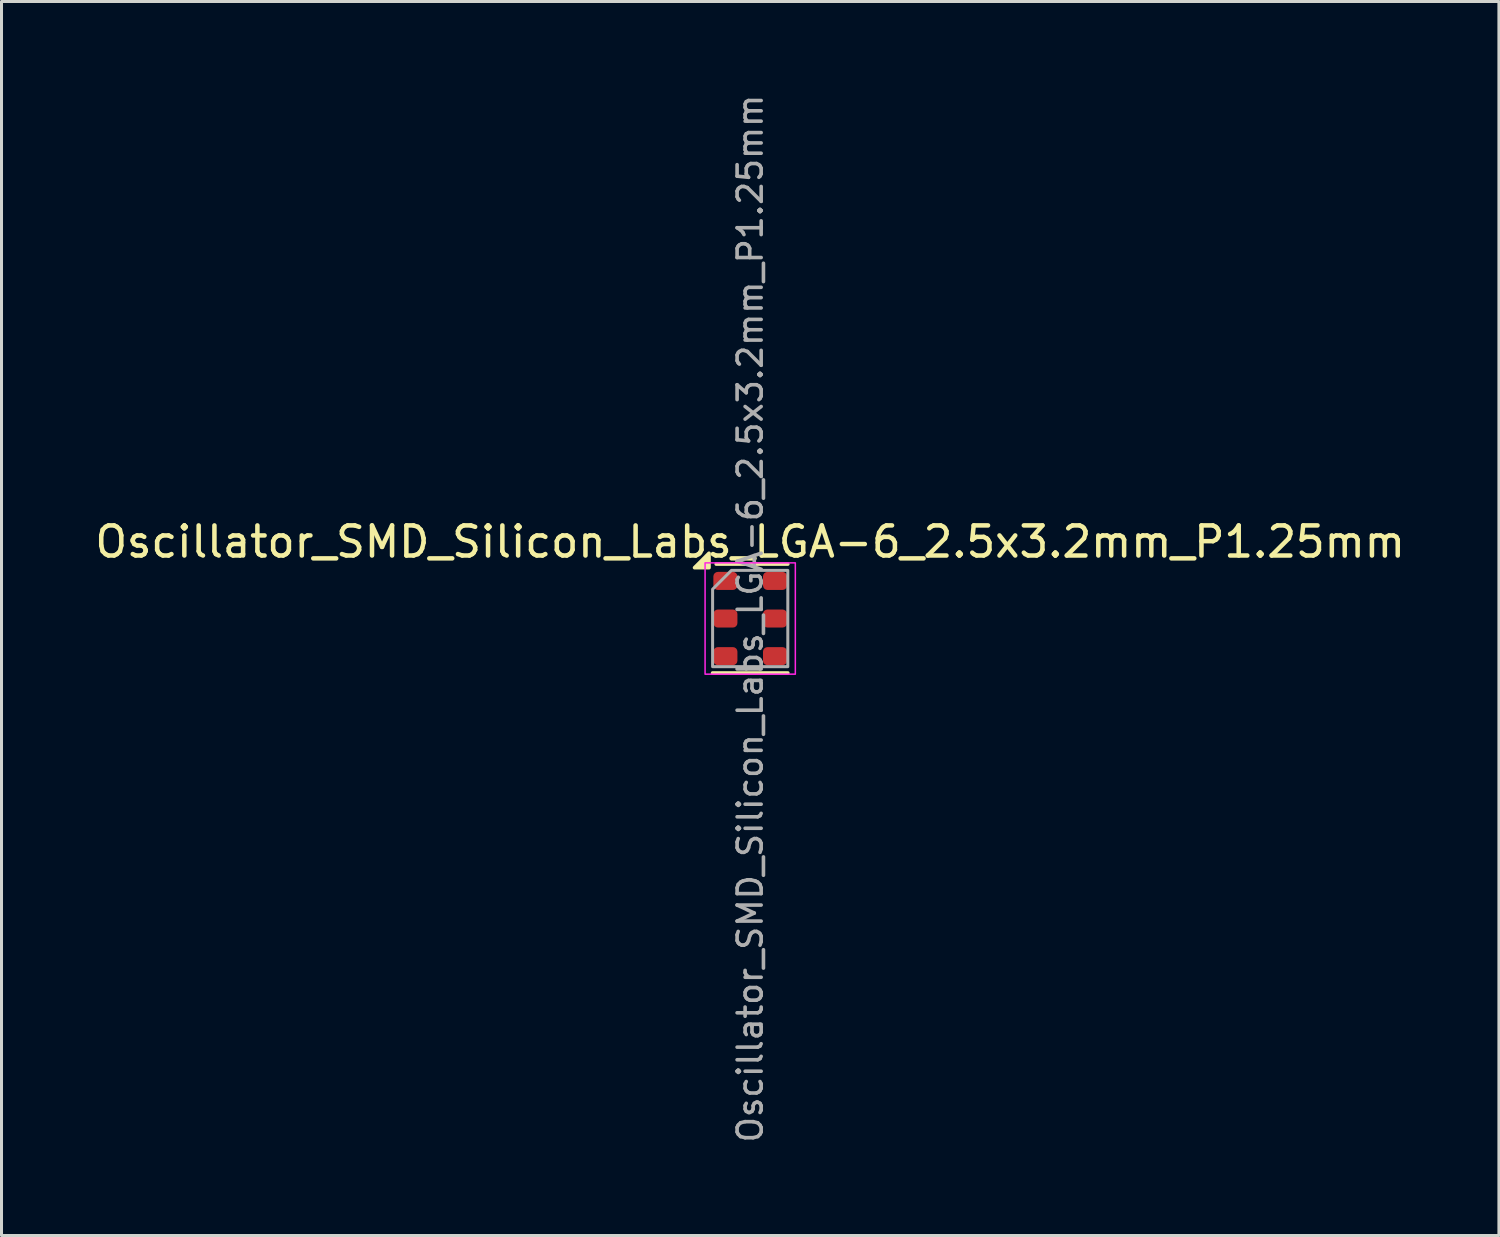
<source format=kicad_pcb>
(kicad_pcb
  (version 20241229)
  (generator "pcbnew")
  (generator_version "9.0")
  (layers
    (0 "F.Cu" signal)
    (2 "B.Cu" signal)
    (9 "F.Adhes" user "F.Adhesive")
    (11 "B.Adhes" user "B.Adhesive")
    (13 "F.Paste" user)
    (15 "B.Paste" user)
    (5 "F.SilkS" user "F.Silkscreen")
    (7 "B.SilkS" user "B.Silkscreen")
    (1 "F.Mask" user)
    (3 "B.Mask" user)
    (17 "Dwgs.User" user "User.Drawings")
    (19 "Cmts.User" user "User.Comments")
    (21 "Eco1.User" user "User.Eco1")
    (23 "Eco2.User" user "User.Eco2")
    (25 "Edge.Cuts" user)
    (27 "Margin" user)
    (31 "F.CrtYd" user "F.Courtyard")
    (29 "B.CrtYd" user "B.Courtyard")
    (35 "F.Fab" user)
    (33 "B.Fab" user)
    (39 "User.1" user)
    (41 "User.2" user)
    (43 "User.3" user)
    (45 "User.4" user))
  (footprint "Oscillator_SMD_Silicon_Labs_LGA-6_2.5x3.2mm_P1.25mm"
    (layer "F.Cu")
    (at 21.887 17.51)
    (property "Reference" "Oscillator_SMD_Silicon_Labs_LGA-6_2.5x3.2mm_P1.25mm" (at 0 -2.55 0) (layer "F.SilkS") (effects (font (size 1 1) (thickness 0.15))))
    (attr smd)
    (fp_line (start -1.25 1.81) (end 1.25 1.81) (stroke (width 0.12) (type solid)) (layer "F.SilkS"))
    (fp_line (start -1.13 -1.81) (end 1.25 -1.81) (stroke (width 0.12) (type solid)) (layer "F.SilkS"))
    (fp_poly (pts (xy -1.37 -1.69) (xy -1.85 -1.69) (xy -1.37 -2.17)) (stroke (width 0.12) (type solid)) (fill yes) (layer "F.SilkS"))
    (fp_rect (start 1.5 1.85) (end -1.5 -1.85) (stroke (width 0.05) (type solid)) (fill no) (layer "F.CrtYd"))
    (fp_poly (pts (xy -1.25 -0.975) (xy -1.25 1.6) (xy 1.25 1.6) (xy 1.25 -1.6) (xy -0.625 -1.6)) (stroke (width 0.1) (type solid)) (fill no) (layer "F.Fab"))
    (fp_text user "${REFERENCE}" (at 0 0 90) (layer "F.Fab") (effects (font (size 0.8 0.8) (thickness 0.12))))
    (pad "1" smd roundrect (at -0.825 -1.25) (size 0.8 0.6) (layers "F.Cu" "F.Mask" "F.Paste") (roundrect_rratio 0.25))
    (pad "2" smd roundrect (at -0.825 0) (size 0.8 0.6) (layers "F.Cu" "F.Mask" "F.Paste") (roundrect_rratio 0.25))
    (pad "3" smd roundrect (at -0.825 1.25) (size 0.8 0.6) (layers "F.Cu" "F.Mask" "F.Paste") (roundrect_rratio 0.25))
    (pad "4" smd roundrect (at 0.825 1.25) (size 0.8 0.6) (layers "F.Cu" "F.Mask" "F.Paste") (roundrect_rratio 0.25))
    (pad "5" smd roundrect (at 0.825 0) (size 0.8 0.6) (layers "F.Cu" "F.Mask" "F.Paste") (roundrect_rratio 0.25))
    (pad "6" smd roundrect (at 0.825 -1.25) (size 0.8 0.6) (layers "F.Cu" "F.Mask" "F.Paste") (roundrect_rratio 0.25)))
  (gr_rect
    (start -3 -3)
    (end 46.774 38.019)
    (stroke (width 0.1) (type default))
    (fill no)
    (layer "Edge.Cuts")))
</source>
